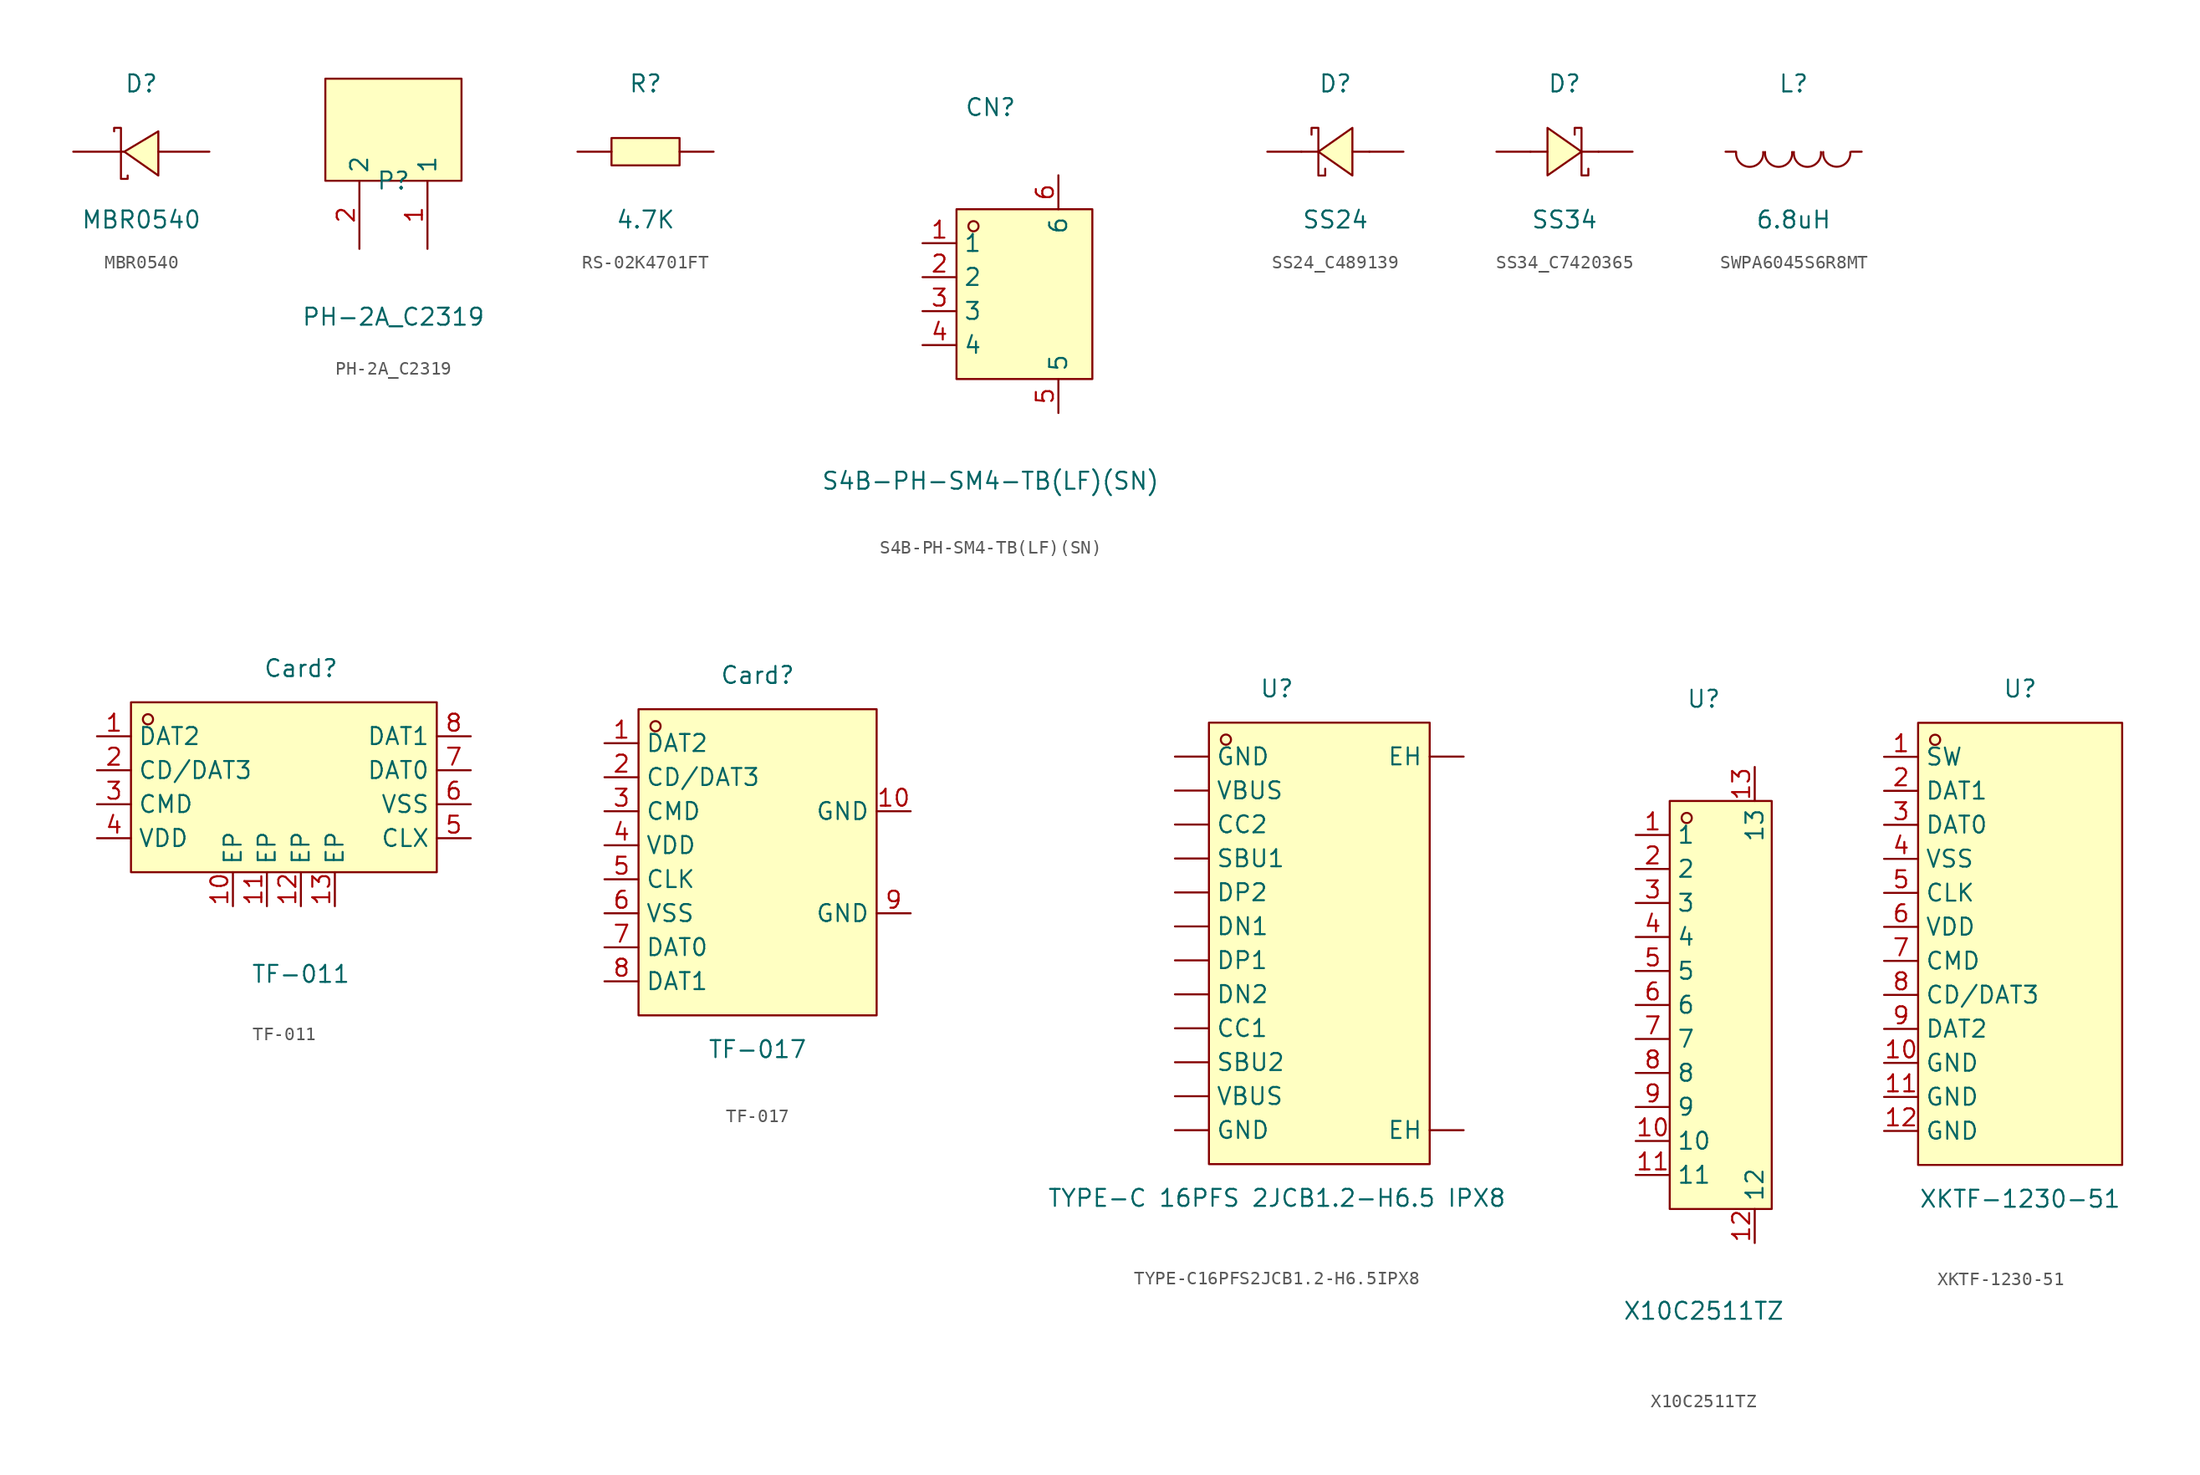
<source format=kicad_sym>
(kicad_symbol_lib
  (version 20231120)
  (generator "kicad_symbol_editor")
  (generator_version "8.0")
  (symbol "MBR0540"
    (pin_numbers hide)
    (pin_names
      (offset 0) hide)
    (property "Reference" "D"
      (at 0 5.08 0)
      (effects (font (size 1.27 1.27))))
    (property "Value" "MBR0540"
      (at 0 -5.08 0)
      (effects (font (size 1.27 1.27))))
    (symbol "MBR0540_0_1"
      (polyline (pts (xy 1.27 1.52) (xy -1.27 0) (xy 1.27 -1.78) (xy 1.27 1.52)) (stroke (width 0) (type default)) (fill (type background)))
      (polyline (pts (xy -2.03 1.52) (xy -2.03 1.78) (xy -1.52 1.78) (xy -1.52 -2.03) (xy -1.02 -2.03) (xy -1.02 -1.78)) (stroke (width 0) (type default)) (fill (type none)))
      (pin unspecified line (at -5.08 0 0) (length 3.81) (name "K" (effects (font (size 1.27 1.27)))) (number "1" (effects (font (size 1.27 1.27)))))
      (pin unspecified line (at 5.08 0 180) (length 3.81) (name "A" (effects (font (size 1.27 1.27)))) (number "2" (effects (font (size 1.27 1.27)))))))
  (symbol "PH-2A_C2319"
    (property "Reference" "P"
      (at 0 -2.54 0)
      (effects (font (size 1.27 1.27))))
    (property "Value" "PH-2A_C2319"
      (at 0 -12.7 0)
      (effects (font (size 1.27 1.27))))
    (symbol "PH-2A_C2319_0_1"
      (rectangle (start -5.08 5.08) (end 5.08 -2.54) (stroke (width 0) (type default)) (fill (type background)))
      (pin input line (at 2.54 -7.62 90) (length 5.08) (name "1" (effects (font (size 1.27 1.27)))) (number "1" (effects (font (size 1.27 1.27)))))
      (pin input line (at -2.54 -7.62 90) (length 5.08) (name "2" (effects (font (size 1.27 1.27)))) (number "2" (effects (font (size 1.27 1.27)))))))
  (symbol "RS-02K4701FT"
    (pin_numbers hide)
    (pin_names
      (offset 0) hide)
    (property "Reference" "R"
      (at 0 5.08 0)
      (effects (font (size 1.27 1.27))))
    (property "Value" "4.7K"
      (at 0 -5.08 0)
      (effects (font (size 1.27 1.27))))
    (symbol "RS-02K4701FT_0_1"
      (rectangle (start -2.54 1.02) (end 2.54 -1.02) (stroke (width 0) (type default)) (fill (type background)))
      (pin input line (at -5.08 0 0) (length 2.54) (name "1" (effects (font (size 1.27 1.27)))) (number "1" (effects (font (size 1.27 1.27)))))
      (pin input line (at 5.08 0 180) (length 2.54) (name "2" (effects (font (size 1.27 1.27)))) (number "2" (effects (font (size 1.27 1.27)))))))
  (symbol "S4B-PH-SM4-TB(LF)(SN)"
    (property "Reference" "CN"
      (at 0 15.24 0)
      (effects (font (size 1.27 1.27))))
    (property "Value" "S4B-PH-SM4-TB(LF)(SN)"
      (at 0 -12.7 0)
      (effects (font (size 1.27 1.27))))
    (symbol "S4B-PH-SM4-TB(LF)(SN)_0_1"
      (rectangle (start -2.54 7.62) (end 7.62 -5.08) (stroke (width 0) (type default)) (fill (type background)))
      (circle (center -1.27 6.35) (radius 0.38) (stroke (width 0) (type default)) (fill (type none)))
      (pin unspecified line (at -5.08 5.08 0) (length 2.54) (name "1" (effects (font (size 1.27 1.27)))) (number "1" (effects (font (size 1.27 1.27)))))
      (pin unspecified line (at -5.08 2.54 0) (length 2.54) (name "2" (effects (font (size 1.27 1.27)))) (number "2" (effects (font (size 1.27 1.27)))))
      (pin unspecified line (at -5.08 0 0) (length 2.54) (name "3" (effects (font (size 1.27 1.27)))) (number "3" (effects (font (size 1.27 1.27)))))
      (pin unspecified line (at -5.08 -2.54 0) (length 2.54) (name "4" (effects (font (size 1.27 1.27)))) (number "4" (effects (font (size 1.27 1.27)))))
      (pin unspecified line (at 5.08 -7.62 90) (length 2.54) (name "5" (effects (font (size 1.27 1.27)))) (number "5" (effects (font (size 1.27 1.27)))))
      (pin unspecified line (at 5.08 10.16 270) (length 2.54) (name "6" (effects (font (size 1.27 1.27)))) (number "6" (effects (font (size 1.27 1.27)))))))
  (symbol "SS24_C489139"
    (pin_numbers hide)
    (pin_names
      (offset 0) hide)
    (property "Reference" "D"
      (at 0 5.08 0)
      (effects (font (size 1.27 1.27))))
    (property "Value" "SS24"
      (at 0 -5.08 0)
      (effects (font (size 1.27 1.27))))
    (symbol "SS24_C489139_0_1"
      (polyline (pts (xy -1.27 0) (xy -2.54 0)) (stroke (width 0) (type default)) (fill (type none)))
      (polyline (pts (xy 2.54 0) (xy 1.27 0)) (stroke (width 0) (type default)) (fill (type none)))
      (polyline (pts (xy 1.27 1.78) (xy -1.27 0) (xy 1.27 -1.78) (xy 1.27 1.78)) (stroke (width 0) (type default)) (fill (type background)))
      (polyline (pts (xy -1.78 1.27) (xy -1.78 1.78) (xy -1.27 1.78) (xy -1.27 -1.78) (xy -0.76 -1.78) (xy -0.76 -1.27)) (stroke (width 0) (type default)) (fill (type none)))
      (pin unspecified line (at 5.08 0 180) (length 2.54) (name "A" (effects (font (size 1.27 1.27)))) (number "1" (effects (font (size 1.27 1.27)))))
      (pin unspecified line (at -5.08 0 0) (length 2.54) (name "K" (effects (font (size 1.27 1.27)))) (number "2" (effects (font (size 1.27 1.27)))))))
  (symbol "SS34_C7420365"
    (pin_numbers hide)
    (pin_names
      (offset 0) hide)
    (property "Reference" "D"
      (at 0 5.33 0)
      (effects (font (size 1.27 1.27))))
    (property "Value" "SS34"
      (at 0 -4.83 0)
      (effects (font (size 1.27 1.27))))
    (symbol "SS34_C7420365_0_1"
      (polyline (pts (xy -2.54 0.25) (xy -1.27 0.25)) (stroke (width 0) (type default)) (fill (type none)))
      (polyline (pts (xy 1.27 0.25) (xy 2.54 0.25)) (stroke (width 0) (type default)) (fill (type none)))
      (polyline (pts (xy -1.27 -1.52) (xy 1.27 0.25) (xy -1.27 2.03) (xy -1.27 -1.52)) (stroke (width 0) (type default)) (fill (type background)))
      (polyline (pts (xy 1.78 -1.02) (xy 1.78 -1.52) (xy 1.27 -1.52) (xy 1.27 2.03) (xy 0.76 2.03) (xy 0.76 1.52)) (stroke (width 0) (type default)) (fill (type none)))
      (pin unspecified line (at -5.08 0.25 0) (length 2.54) (name "A" (effects (font (size 1.27 1.27)))) (number "1" (effects (font (size 1.27 1.27)))))
      (pin unspecified line (at 5.08 0.25 180) (length 2.54) (name "K" (effects (font (size 1.27 1.27)))) (number "2" (effects (font (size 1.27 1.27)))))))
  (symbol "SWPA6045S6R8MT"
    (pin_numbers hide)
    (pin_names
      (offset 0) hide)
    (property "Reference" "L"
      (at 0 5.08 0)
      (effects (font (size 1.27 1.27))))
    (property "Value" "6.8uH"
      (at 0 -5.08 0)
      (effects (font (size 1.27 1.27))))
    (symbol "SWPA6045S6R8MT_0_1"
      (arc (start -4.29 -0.02) (mid -2.52 -0.79) (end -2.27 -0.02) (stroke (width 0) (type default)) (fill (type none)))
      (arc (start -2.13 -0.02) (mid -0.36 -0.79) (end -0.11 -0.02) (stroke (width 0) (type default)) (fill (type none)))
      (arc (start 0.02 -0.02) (mid 1.79 -0.79) (end 2.04 -0.02) (stroke (width 0) (type default)) (fill (type none)))
      (arc (start 2.21 -0.02) (mid 3.3 -1.12) (end 4.23 -0.02) (stroke (width 0) (type default)) (fill (type none)))
      (pin unspecified line (at -5.08 0 0) (length 0.762) (name "1" (effects (font (size 1.27 1.27)))) (number "1" (effects (font (size 1.27 1.27)))))
      (pin unspecified line (at 5.08 0 180) (length 0.762) (name "2" (effects (font (size 1.27 1.27)))) (number "2" (effects (font (size 1.27 1.27)))))))
  (symbol "TF-011"
    (property "Reference" "Card"
      (at 0 10.16 0)
      (effects (font (size 1.27 1.27))))
    (property "Value" "TF-011"
      (at 0 -12.7 0)
      (effects (font (size 1.27 1.27))))
    (symbol "TF-011_0_1"
      (rectangle (start -12.7 7.62) (end 10.16 -5.08) (stroke (width 0) (type default)) (fill (type background)))
      (circle (center -11.43 6.35) (radius 0.38) (stroke (width 0) (type default)) (fill (type none)))
      (pin unspecified line (at -15.24 5.08 0) (length 2.54) (name "DAT2" (effects (font (size 1.27 1.27)))) (number "1" (effects (font (size 1.27 1.27)))))
      (pin unspecified line (at -5.08 -7.62 90) (length 2.54) (name "EP" (effects (font (size 1.27 1.27)))) (number "10" (effects (font (size 1.27 1.27)))))
      (pin unspecified line (at -2.54 -7.62 90) (length 2.54) (name "EP" (effects (font (size 1.27 1.27)))) (number "11" (effects (font (size 1.27 1.27)))))
      (pin unspecified line (at 0 -7.62 90) (length 2.54) (name "EP" (effects (font (size 1.27 1.27)))) (number "12" (effects (font (size 1.27 1.27)))))
      (pin unspecified line (at 2.54 -7.62 90) (length 2.54) (name "EP" (effects (font (size 1.27 1.27)))) (number "13" (effects (font (size 1.27 1.27)))))
      (pin unspecified line (at -15.24 2.54 0) (length 2.54) (name "CD/DAT3" (effects (font (size 1.27 1.27)))) (number "2" (effects (font (size 1.27 1.27)))))
      (pin unspecified line (at -15.24 0 0) (length 2.54) (name "CMD" (effects (font (size 1.27 1.27)))) (number "3" (effects (font (size 1.27 1.27)))))
      (pin unspecified line (at -15.24 -2.54 0) (length 2.54) (name "VDD" (effects (font (size 1.27 1.27)))) (number "4" (effects (font (size 1.27 1.27)))))
      (pin unspecified line (at 12.7 -2.54 180) (length 2.54) (name "CLX" (effects (font (size 1.27 1.27)))) (number "5" (effects (font (size 1.27 1.27)))))
      (pin unspecified line (at 12.7 0 180) (length 2.54) (name "VSS" (effects (font (size 1.27 1.27)))) (number "6" (effects (font (size 1.27 1.27)))))
      (pin unspecified line (at 12.7 2.54 180) (length 2.54) (name "DAT0" (effects (font (size 1.27 1.27)))) (number "7" (effects (font (size 1.27 1.27)))))
      (pin unspecified line (at 12.7 5.08 180) (length 2.54) (name "DAT1" (effects (font (size 1.27 1.27)))) (number "8" (effects (font (size 1.27 1.27)))))))
  (symbol "TF-017"
    (property "Reference" "Card"
      (at 0 13.97 0)
      (effects (font (size 1.27 1.27))))
    (property "Value" "TF-017"
      (at 0 -13.97 0)
      (effects (font (size 1.27 1.27))))
    (symbol "TF-017_0_1"
      (rectangle (start -8.89 11.43) (end 8.89 -11.43) (stroke (width 0) (type default)) (fill (type background)))
      (circle (center -7.62 10.16) (radius 0.38) (stroke (width 0) (type default)) (fill (type none)))
      (pin unspecified line (at -11.43 8.89 0) (length 2.54) (name "DAT2" (effects (font (size 1.27 1.27)))) (number "1" (effects (font (size 1.27 1.27)))))
      (pin unspecified line (at 11.43 3.81 180) (length 2.54) (name "GND" (effects (font (size 1.27 1.27)))) (number "10" (effects (font (size 1.27 1.27)))))
      (pin unspecified line (at -11.43 6.35 0) (length 2.54) (name "CD/DAT3" (effects (font (size 1.27 1.27)))) (number "2" (effects (font (size 1.27 1.27)))))
      (pin unspecified line (at -11.43 3.81 0) (length 2.54) (name "CMD" (effects (font (size 1.27 1.27)))) (number "3" (effects (font (size 1.27 1.27)))))
      (pin unspecified line (at -11.43 1.27 0) (length 2.54) (name "VDD" (effects (font (size 1.27 1.27)))) (number "4" (effects (font (size 1.27 1.27)))))
      (pin unspecified line (at -11.43 -1.27 0) (length 2.54) (name "CLK" (effects (font (size 1.27 1.27)))) (number "5" (effects (font (size 1.27 1.27)))))
      (pin unspecified line (at -11.43 -3.81 0) (length 2.54) (name "VSS" (effects (font (size 1.27 1.27)))) (number "6" (effects (font (size 1.27 1.27)))))
      (pin unspecified line (at -11.43 -6.35 0) (length 2.54) (name "DAT0" (effects (font (size 1.27 1.27)))) (number "7" (effects (font (size 1.27 1.27)))))
      (pin unspecified line (at -11.43 -8.89 0) (length 2.54) (name "DAT1" (effects (font (size 1.27 1.27)))) (number "8" (effects (font (size 1.27 1.27)))))
      (pin unspecified line (at 11.43 -3.81 180) (length 2.54) (name "GND" (effects (font (size 1.27 1.27)))) (number "9" (effects (font (size 1.27 1.27)))))))
  (symbol "TYPE-C16PFS2JCB1.2-H6.5IPX8"
    (pin_numbers hide)
    (property "Reference" "U"
      (at 0 19.05 0)
      (effects (font (size 1.27 1.27))))
    (property "Value" "TYPE-C 16PFS 2JCB1.2-H6.5 IPX8"
      (at 0 -19.05 0)
      (effects (font (size 1.27 1.27))))
    (symbol "TYPE-C16PFS2JCB1.2-H6.5IPX8_0_1"
      (rectangle (start -5.08 16.51) (end 11.43 -16.51) (stroke (width 0) (type default)) (fill (type background)))
      (circle (center -3.81 15.24) (radius 0.38) (stroke (width 0) (type default)) (fill (type none)))
      (pin unspecified line (at 13.97 -13.97 180) (length 2.54) (name "EH" (effects (font (size 1.27 1.27)))) (number "13" (effects (font (size 1.27 1.27)))))
      (pin unspecified line (at 13.97 13.97 180) (length 2.54) (name "EH" (effects (font (size 1.27 1.27)))) (number "14" (effects (font (size 1.27 1.27)))))
      (pin unspecified line (at -7.62 -11.43 0) (length 2.54) (name "VBUS" (effects (font (size 1.27 1.27)))) (number "A4B9" (effects (font (size 1.27 1.27)))))
      (pin unspecified line (at -7.62 -6.35 0) (length 2.54) (name "CC1" (effects (font (size 1.27 1.27)))) (number "A5" (effects (font (size 1.27 1.27)))))
      (pin unspecified line (at -7.62 -1.27 0) (length 2.54) (name "DP1" (effects (font (size 1.27 1.27)))) (number "A6" (effects (font (size 1.27 1.27)))))
      (pin unspecified line (at -7.62 1.27 0) (length 2.54) (name "DN1" (effects (font (size 1.27 1.27)))) (number "A7" (effects (font (size 1.27 1.27)))))
      (pin unspecified line (at -7.62 6.35 0) (length 2.54) (name "SBU1" (effects (font (size 1.27 1.27)))) (number "A8" (effects (font (size 1.27 1.27)))))
      (pin unspecified line (at -7.62 11.43 0) (length 2.54) (name "VBUS" (effects (font (size 1.27 1.27)))) (number "A9B4" (effects (font (size 1.27 1.27)))))
      (pin unspecified line (at -7.62 -13.97 0) (length 2.54) (name "GND" (effects (font (size 1.27 1.27)))) (number "B12A1" (effects (font (size 1.27 1.27)))))
      (pin unspecified line (at -7.62 13.97 0) (length 2.54) (name "GND" (effects (font (size 1.27 1.27)))) (number "B1A12" (effects (font (size 1.27 1.27)))))
      (pin unspecified line (at -7.62 8.89 0) (length 2.54) (name "CC2" (effects (font (size 1.27 1.27)))) (number "B5" (effects (font (size 1.27 1.27)))))
      (pin unspecified line (at -7.62 3.81 0) (length 2.54) (name "DP2" (effects (font (size 1.27 1.27)))) (number "B6" (effects (font (size 1.27 1.27)))))
      (pin unspecified line (at -7.62 -3.81 0) (length 2.54) (name "DN2" (effects (font (size 1.27 1.27)))) (number "B7" (effects (font (size 1.27 1.27)))))
      (pin unspecified line (at -7.62 -8.89 0) (length 2.54) (name "SBU2" (effects (font (size 1.27 1.27)))) (number "B8" (effects (font (size 1.27 1.27)))))))
  (symbol "X10C2511TZ"
    (property "Reference" "U"
      (at 0 22.86 0)
      (effects (font (size 1.27 1.27))))
    (property "Value" "X10C2511TZ"
      (at 0 -22.86 0)
      (effects (font (size 1.27 1.27))))
    (symbol "X10C2511TZ_0_1"
      (rectangle (start -2.54 15.24) (end 5.08 -15.24) (stroke (width 0) (type default)) (fill (type background)))
      (circle (center -1.27 13.97) (radius 0.38) (stroke (width 0) (type default)) (fill (type none)))
      (pin unspecified line (at -5.08 12.7 0) (length 2.54) (name "1" (effects (font (size 1.27 1.27)))) (number "1" (effects (font (size 1.27 1.27)))))
      (pin unspecified line (at -5.08 -10.16 0) (length 2.54) (name "10" (effects (font (size 1.27 1.27)))) (number "10" (effects (font (size 1.27 1.27)))))
      (pin unspecified line (at -5.08 -12.7 0) (length 2.54) (name "11" (effects (font (size 1.27 1.27)))) (number "11" (effects (font (size 1.27 1.27)))))
      (pin unspecified line (at 3.81 -17.78 90) (length 2.54) (name "12" (effects (font (size 1.27 1.27)))) (number "12" (effects (font (size 1.27 1.27)))))
      (pin unspecified line (at 3.81 17.78 270) (length 2.54) (name "13" (effects (font (size 1.27 1.27)))) (number "13" (effects (font (size 1.27 1.27)))))
      (pin unspecified line (at -5.08 10.16 0) (length 2.54) (name "2" (effects (font (size 1.27 1.27)))) (number "2" (effects (font (size 1.27 1.27)))))
      (pin unspecified line (at -5.08 7.62 0) (length 2.54) (name "3" (effects (font (size 1.27 1.27)))) (number "3" (effects (font (size 1.27 1.27)))))
      (pin unspecified line (at -5.08 5.08 0) (length 2.54) (name "4" (effects (font (size 1.27 1.27)))) (number "4" (effects (font (size 1.27 1.27)))))
      (pin unspecified line (at -5.08 2.54 0) (length 2.54) (name "5" (effects (font (size 1.27 1.27)))) (number "5" (effects (font (size 1.27 1.27)))))
      (pin unspecified line (at -5.08 0 0) (length 2.54) (name "6" (effects (font (size 1.27 1.27)))) (number "6" (effects (font (size 1.27 1.27)))))
      (pin unspecified line (at -5.08 -2.54 0) (length 2.54) (name "7" (effects (font (size 1.27 1.27)))) (number "7" (effects (font (size 1.27 1.27)))))
      (pin unspecified line (at -5.08 -5.08 0) (length 2.54) (name "8" (effects (font (size 1.27 1.27)))) (number "8" (effects (font (size 1.27 1.27)))))
      (pin unspecified line (at -5.08 -7.62 0) (length 2.54) (name "9" (effects (font (size 1.27 1.27)))) (number "9" (effects (font (size 1.27 1.27)))))))
  (symbol "XKTF-1230-51"
    (property "Reference" "U"
      (at 0 19.05 0)
      (effects (font (size 1.27 1.27))))
    (property "Value" "XKTF-1230-51"
      (at 0 -19.05 0)
      (effects (font (size 1.27 1.27))))
    (symbol "XKTF-1230-51_0_1"
      (rectangle (start -7.62 16.51) (end 7.62 -16.51) (stroke (width 0) (type default)) (fill (type background)))
      (circle (center -6.35 15.24) (radius 0.38) (stroke (width 0) (type default)) (fill (type none)))
      (pin unspecified line (at -10.16 13.97 0) (length 2.54) (name "SW" (effects (font (size 1.27 1.27)))) (number "1" (effects (font (size 1.27 1.27)))))
      (pin unspecified line (at -10.16 -8.89 0) (length 2.54) (name "GND" (effects (font (size 1.27 1.27)))) (number "10" (effects (font (size 1.27 1.27)))))
      (pin unspecified line (at -10.16 -11.43 0) (length 2.54) (name "GND" (effects (font (size 1.27 1.27)))) (number "11" (effects (font (size 1.27 1.27)))))
      (pin unspecified line (at -10.16 -13.97 0) (length 2.54) (name "GND" (effects (font (size 1.27 1.27)))) (number "12" (effects (font (size 1.27 1.27)))))
      (pin unspecified line (at -10.16 11.43 0) (length 2.54) (name "DAT1" (effects (font (size 1.27 1.27)))) (number "2" (effects (font (size 1.27 1.27)))))
      (pin unspecified line (at -10.16 8.89 0) (length 2.54) (name "DAT0" (effects (font (size 1.27 1.27)))) (number "3" (effects (font (size 1.27 1.27)))))
      (pin unspecified line (at -10.16 6.35 0) (length 2.54) (name "VSS" (effects (font (size 1.27 1.27)))) (number "4" (effects (font (size 1.27 1.27)))))
      (pin unspecified line (at -10.16 3.81 0) (length 2.54) (name "CLK" (effects (font (size 1.27 1.27)))) (number "5" (effects (font (size 1.27 1.27)))))
      (pin unspecified line (at -10.16 1.27 0) (length 2.54) (name "VDD" (effects (font (size 1.27 1.27)))) (number "6" (effects (font (size 1.27 1.27)))))
      (pin unspecified line (at -10.16 -1.27 0) (length 2.54) (name "CMD" (effects (font (size 1.27 1.27)))) (number "7" (effects (font (size 1.27 1.27)))))
      (pin unspecified line (at -10.16 -3.81 0) (length 2.54) (name "CD/DAT3" (effects (font (size 1.27 1.27)))) (number "8" (effects (font (size 1.27 1.27)))))
      (pin unspecified line (at -10.16 -6.35 0) (length 2.54) (name "DAT2" (effects (font (size 1.27 1.27)))) (number "9" (effects (font (size 1.27 1.27))))))))
</source>
